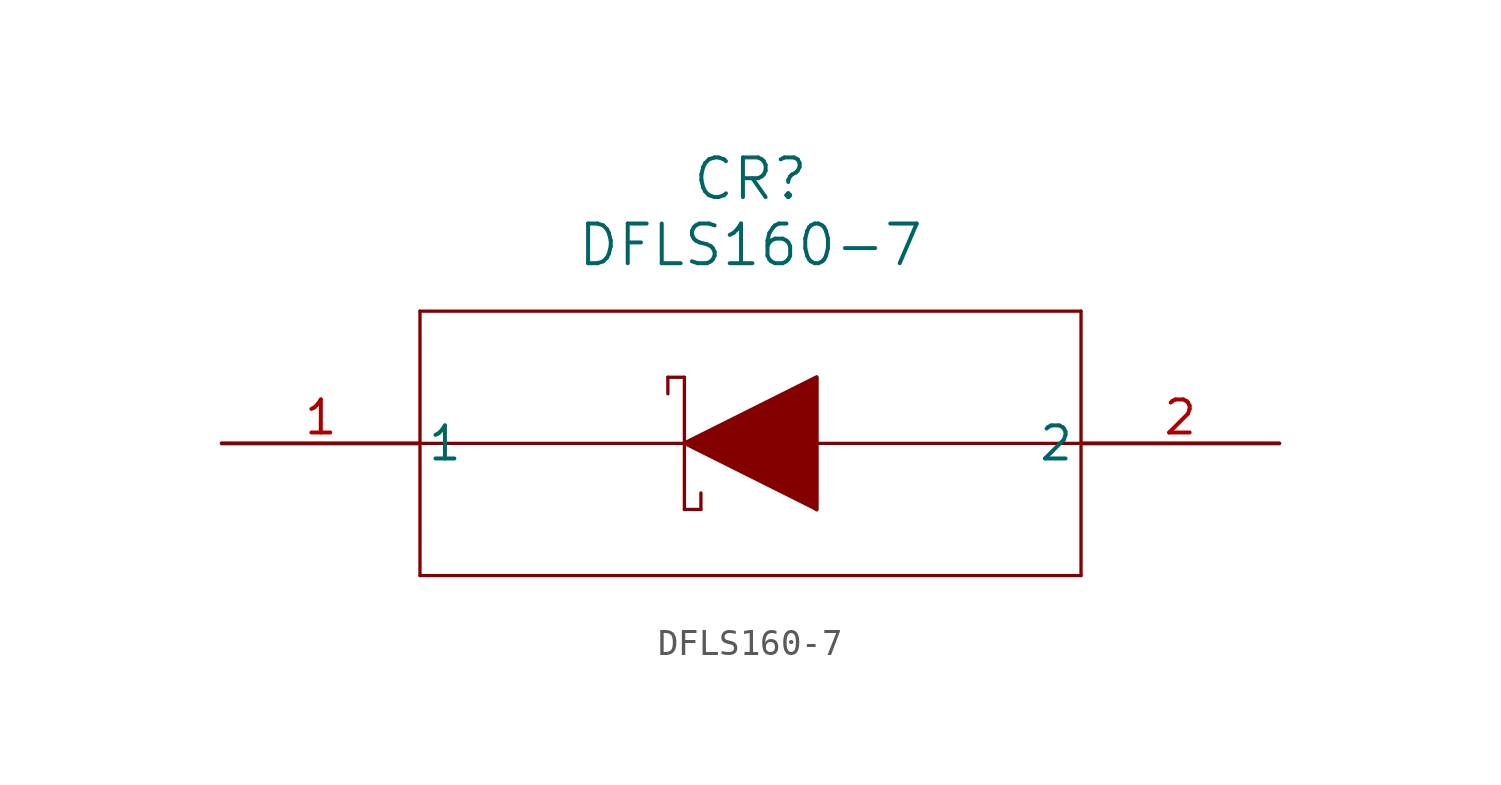
<source format=kicad_sym>
(kicad_symbol_lib
  (version 20211014)
  (generator kicad_symbol_editor)
  (symbol "DFLS160-7"
    (pin_names
      (offset 0.254))
    (property "Reference" "CR"
      (at 20.32 10.16 0)
      (effects (font (size 1.524 1.524))))
    (property "Value" "DFLS160-7"
      (at 20.32 7.62 0)
      (effects (font (size 1.524 1.524))))
    (symbol "DFLS160-7_0_1"
      (polyline (pts (xy 7.62 5.08) (xy 7.62 -5.08)) (stroke (width 0.127) (type default) (color 0 0 0 0)) (fill (type none)))
      (polyline (pts (xy 7.62 -5.08) (xy 33.02 -5.08)) (stroke (width 0.127) (type default) (color 0 0 0 0)) (fill (type none)))
      (polyline (pts (xy 33.02 -5.08) (xy 33.02 5.08)) (stroke (width 0.127) (type default) (color 0 0 0 0)) (fill (type none)))
      (polyline (pts (xy 33.02 5.08) (xy 7.62 5.08)) (stroke (width 0.127) (type default) (color 0 0 0 0)) (fill (type none)))
      (polyline (pts (xy 7.62 0) (xy 33.02 0)) (stroke (width 0.127) (type default) (color 0 0 0 0)) (fill (type none)))
      (polyline (pts (xy 17.78 0) (xy 22.86 2.54)) (stroke (width 0.127) (type default) (color 0 0 0 0)) (fill (type none)))
      (polyline (pts (xy 22.86 2.54) (xy 22.86 -2.54)) (stroke (width 0.127) (type default) (color 0 0 0 0)) (fill (type none)))
      (polyline (pts (xy 22.86 -2.54) (xy 17.78 0)) (stroke (width 0.127) (type default) (color 0 0 0 0)) (fill (type none)))
      (polyline (pts (xy 17.78 2.54) (xy 17.78 -2.54)) (stroke (width 0.127) (type default) (color 0 0 0 0)) (fill (type none)))
      (polyline (pts (xy 17.78 2.54) (xy 17.145 2.54)) (stroke (width 0.127) (type default) (color 0 0 0 0)) (fill (type none)))
      (polyline (pts (xy 17.145 2.54) (xy 17.145 1.905)) (stroke (width 0.127) (type default) (color 0 0 0 0)) (fill (type none)))
      (polyline (pts (xy 17.78 -2.54) (xy 18.415 -2.54)) (stroke (width 0.127) (type default) (color 0 0 0 0)) (fill (type none)))
      (polyline (pts (xy 18.415 -2.54) (xy 18.415 -1.905)) (stroke (width 0.127) (type default) (color 0 0 0 0)) (fill (type none)))
      (polyline (pts (xy 17.78 0) (xy 22.86 2.54) (xy 22.86 -2.54)) (stroke (width 0) (type default) (color 0 0 0 0)) (fill (type outline)))
      (pin unspecified line (at 0 0 0) (length 7.62) (name "1" (effects (font (size 1.27 1.27)))) (number "1" (effects (font (size 1.27 1.27)))))
      (pin unspecified line (at 40.64 0 180) (length 7.62) (name "2" (effects (font (size 1.27 1.27)))) (number "2" (effects (font (size 1.27 1.27))))))))
</source>
